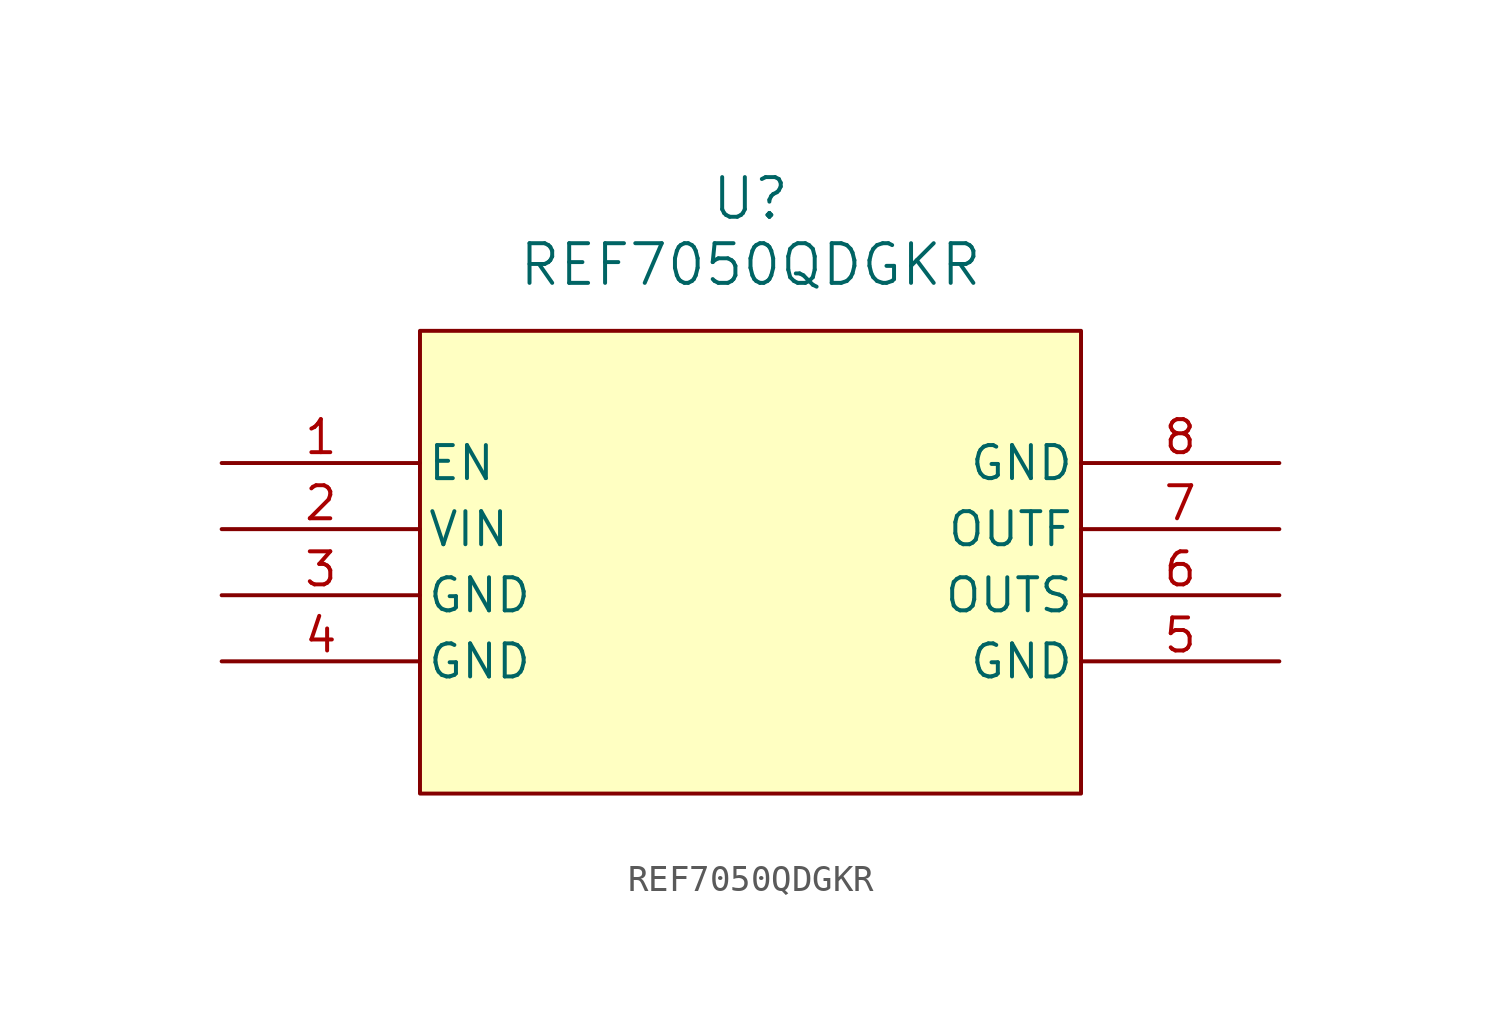
<source format=kicad_sym>
(kicad_symbol_lib
  (version 20231120)
  (generator "kicad_symbol_editor")
  (generator_version "8.0")
  (symbol "REF7050QDGKR"
    (pin_names
      (offset 0.254))
    (property "Reference" "U"
      (at 0 13.97 0)
      (effects (font (size 1.524 1.524))))
    (property "Value" "REF7050QDGKR"
      (at 0 11.43 0)
      (effects (font (size 1.524 1.524))))
    (symbol "REF7050QDGKR_0_1"
      (rectangle (start -12.7 8.89) (end 12.7 -8.89) (stroke (width 0) (type default)) (fill (type background)))
      (pin input line (at -20.32 3.81 0) (length 7.62) (name "EN" (effects (font (size 1.27 1.27)))) (number "1" (effects (font (size 1.27 1.27)))))
      (pin power_in line (at -20.32 1.27 0) (length 7.62) (name "VIN" (effects (font (size 1.27 1.27)))) (number "2" (effects (font (size 1.27 1.27)))))
      (pin power_out line (at -20.32 -1.27 0) (length 7.62) (name "GND" (effects (font (size 1.27 1.27)))) (number "3" (effects (font (size 1.27 1.27)))))
      (pin power_out line (at -20.32 -3.81 0) (length 7.62) (name "GND" (effects (font (size 1.27 1.27)))) (number "4" (effects (font (size 1.27 1.27)))))
      (pin power_out line (at 20.32 -3.81 180) (length 7.62) (name "GND" (effects (font (size 1.27 1.27)))) (number "5" (effects (font (size 1.27 1.27)))))
      (pin input line (at 20.32 -1.27 180) (length 7.62) (name "OUTS" (effects (font (size 1.27 1.27)))) (number "6" (effects (font (size 1.27 1.27)))))
      (pin output line (at 20.32 1.27 180) (length 7.62) (name "OUTF" (effects (font (size 1.27 1.27)))) (number "7" (effects (font (size 1.27 1.27)))))
      (pin power_out line (at 20.32 3.81 180) (length 7.62) (name "GND" (effects (font (size 1.27 1.27)))) (number "8" (effects (font (size 1.27 1.27))))))))
</source>
